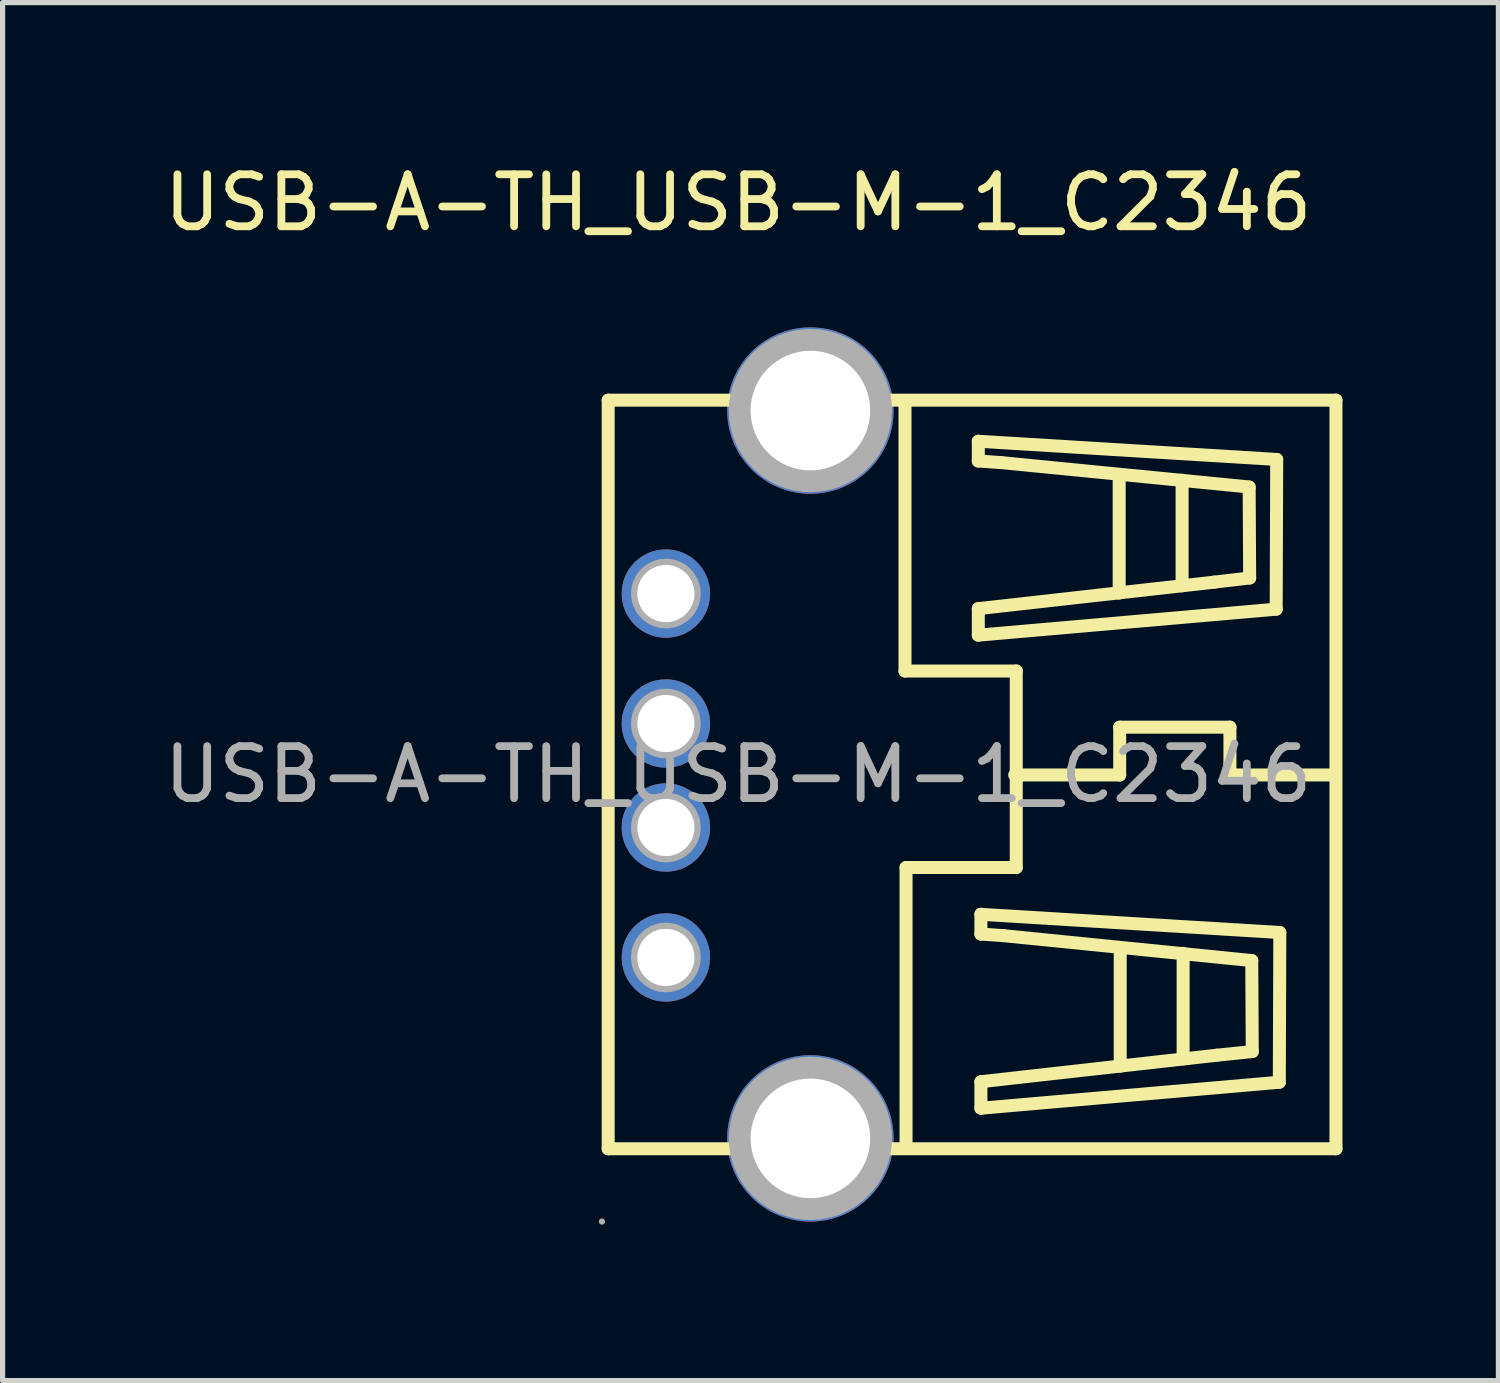
<source format=kicad_pcb>
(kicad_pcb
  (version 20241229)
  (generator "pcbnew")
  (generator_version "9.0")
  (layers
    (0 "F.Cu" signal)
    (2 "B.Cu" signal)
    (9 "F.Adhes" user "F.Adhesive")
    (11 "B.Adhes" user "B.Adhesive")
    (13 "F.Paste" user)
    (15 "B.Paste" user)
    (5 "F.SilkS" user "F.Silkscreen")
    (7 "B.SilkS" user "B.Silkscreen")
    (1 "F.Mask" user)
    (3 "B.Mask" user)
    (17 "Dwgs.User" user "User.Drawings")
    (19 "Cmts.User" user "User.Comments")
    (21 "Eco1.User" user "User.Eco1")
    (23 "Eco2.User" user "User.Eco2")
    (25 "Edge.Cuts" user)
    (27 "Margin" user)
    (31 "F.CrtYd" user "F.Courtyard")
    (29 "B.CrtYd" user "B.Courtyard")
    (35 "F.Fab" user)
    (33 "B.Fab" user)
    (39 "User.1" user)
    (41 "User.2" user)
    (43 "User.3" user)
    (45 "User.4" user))
  (footprint "USB-A-TH_USB-M-1_C2346"
    (layer "F.Cu")
    (at 11.149 11.848)
    (property "Reference" "USB-A-TH_USB-M-1_C2346" (at 0 -11 0) (layer "F.SilkS") (effects (font (size 1 1) (thickness 0.15))))
    (attr through_hole)
    (fp_line (start -2.5 7.2) (end -2.5 -7.2) (stroke (width 0.25) (type solid)) (layer "F.SilkS"))
    (fp_line (start 3.21 -7.19) (end 3.21 -1.99) (stroke (width 0.25) (type solid)) (layer "F.SilkS"))
    (fp_line (start 3.21 -1.99) (end 5.35 -1.99) (stroke (width 0.25) (type solid)) (layer "F.SilkS"))
    (fp_line (start 3.23 1.79) (end 3.23 7.19) (stroke (width 0.25) (type solid)) (layer "F.SilkS"))
    (fp_line (start 4.62 -6.41) (end 10.36 -6.06) (stroke (width 0.25) (type solid)) (layer "F.SilkS"))
    (fp_line (start 4.62 -6.03) (end 4.62 -6.41) (stroke (width 0.25) (type solid)) (layer "F.SilkS"))
    (fp_line (start 4.62 -3.19) (end 9.16 -3.7) (stroke (width 0.25) (type solid)) (layer "F.SilkS"))
    (fp_line (start 4.62 -2.68) (end 4.62 -3.19) (stroke (width 0.25) (type solid)) (layer "F.SilkS"))
    (fp_line (start 4.67 2.69) (end 10.42 3.04) (stroke (width 0.25) (type solid)) (layer "F.SilkS"))
    (fp_line (start 4.67 3.07) (end 4.67 2.69) (stroke (width 0.25) (type solid)) (layer "F.SilkS"))
    (fp_line (start 4.67 5.91) (end 9.21 5.4) (stroke (width 0.25) (type solid)) (layer "F.SilkS"))
    (fp_line (start 4.67 6.42) (end 4.67 5.91) (stroke (width 0.25) (type solid)) (layer "F.SilkS"))
    (fp_line (start 5.05 -6) (end 4.62 -6.03) (stroke (width 0.25) (type solid)) (layer "F.SilkS"))
    (fp_line (start 5.1 3.1) (end 4.67 3.07) (stroke (width 0.25) (type solid)) (layer "F.SilkS"))
    (fp_line (start 5.32 0.01) (end 7.34 0.01) (stroke (width 0.25) (type solid)) (layer "F.SilkS"))
    (fp_line (start 5.35 -1.99) (end 5.35 1.79) (stroke (width 0.25) (type solid)) (layer "F.SilkS"))
    (fp_line (start 5.35 1.79) (end 3.23 1.79) (stroke (width 0.25) (type solid)) (layer "F.SilkS"))
    (fp_line (start 7.33 -3.49) (end 7.33 -5.75) (stroke (width 0.25) (type solid)) (layer "F.SilkS"))
    (fp_line (start 7.34 -0.91) (end 9.46 -0.91) (stroke (width 0.25) (type solid)) (layer "F.SilkS"))
    (fp_line (start 7.34 0.01) (end 7.34 -0.91) (stroke (width 0.25) (type solid)) (layer "F.SilkS"))
    (fp_line (start 7.35 5.61) (end 7.35 3.35) (stroke (width 0.25) (type solid)) (layer "F.SilkS"))
    (fp_line (start 8.54 -3.63) (end 8.54 -5.66) (stroke (width 0.25) (type solid)) (layer "F.SilkS"))
    (fp_line (start 8.56 5.47) (end 8.56 3.44) (stroke (width 0.25) (type solid)) (layer "F.SilkS"))
    (fp_line (start 9.16 -3.7) (end 9.84 -3.78) (stroke (width 0.25) (type solid)) (layer "F.SilkS"))
    (fp_line (start 9.21 5.4) (end 9.89 5.33) (stroke (width 0.25) (type solid)) (layer "F.SilkS"))
    (fp_line (start 9.46 -0.91) (end 9.46 0.01) (stroke (width 0.25) (type solid)) (layer "F.SilkS"))
    (fp_line (start 9.46 0.01) (end 11.49 0.01) (stroke (width 0.25) (type solid)) (layer "F.SilkS"))
    (fp_line (start 9.83 -5.53) (end 5.05 -6) (stroke (width 0.25) (type solid)) (layer "F.SilkS"))
    (fp_line (start 9.84 -3.78) (end 9.83 -5.53) (stroke (width 0.25) (type solid)) (layer "F.SilkS"))
    (fp_line (start 9.88 3.58) (end 5.1 3.1) (stroke (width 0.25) (type solid)) (layer "F.SilkS"))
    (fp_line (start 9.89 5.33) (end 9.88 3.58) (stroke (width 0.25) (type solid)) (layer "F.SilkS"))
    (fp_line (start 10.35 -3.18) (end 4.62 -2.68) (stroke (width 0.25) (type solid)) (layer "F.SilkS"))
    (fp_line (start 10.36 -6.06) (end 10.35 -3.18) (stroke (width 0.25) (type solid)) (layer "F.SilkS"))
    (fp_line (start 10.41 5.92) (end 4.67 6.42) (stroke (width 0.25) (type solid)) (layer "F.SilkS"))
    (fp_line (start 10.42 3.04) (end 10.41 5.92) (stroke (width 0.25) (type solid)) (layer "F.SilkS"))
    (fp_line (start 11.5 -7.2) (end -2.5 -7.2) (stroke (width 0.25) (type solid)) (layer "F.SilkS"))
    (fp_line (start 11.5 7.2) (end -2.5 7.2) (stroke (width 0.25) (type solid)) (layer "F.SilkS"))
    (fp_line (start 11.5 7.2) (end 11.5 -7.2) (stroke (width 0.25) (type solid)) (layer "F.SilkS"))
    (fp_circle (center -2.62 8.6) (end -2.59 8.6) (stroke (width 0.06) (type solid)) (fill no) (layer "F.Fab"))
    (fp_circle (center -1.39 -3.48) (end -1.17 -3.48) (stroke (width 0.45) (type solid)) (fill no) (layer "F.Fab"))
    (fp_circle (center -1.39 -0.98) (end -1.17 -0.98) (stroke (width 0.45) (type solid)) (fill no) (layer "F.Fab"))
    (fp_circle (center -1.39 1.02) (end -1.17 1.02) (stroke (width 0.45) (type solid)) (fill no) (layer "F.Fab"))
    (fp_circle (center -1.39 3.52) (end -1.17 3.52) (stroke (width 0.45) (type solid)) (fill no) (layer "F.Fab"))
    (fp_circle (center 1.39 -7) (end 1.91 -7) (stroke (width 1.05) (type solid)) (fill no) (layer "F.Fab"))
    (fp_circle (center 1.39 7) (end 1.91 7) (stroke (width 1.05) (type solid)) (fill no) (layer "F.Fab"))
    (fp_text user "${REFERENCE}" (at 0 0 0) (layer "F.Fab") (effects (font (size 1 1) (thickness 0.15))))
    (pad "0" thru_hole circle (at 1.39 -7 180) (size 3.2 3.2) (drill 2.3) (layers "*.Cu" "*.Paste" "*.Mask"))
    (pad "0" thru_hole circle (at 1.39 7 180) (size 3.2 3.2) (drill 2.3) (layers "*.Cu" "*.Paste" "*.Mask"))
    (pad "1" thru_hole circle (at -1.39 3.52) (size 1.7 1.7) (drill 1.1) (layers "*.Cu" "*.Paste" "*.Mask"))
    (pad "2" thru_hole circle (at -1.39 1.02) (size 1.7 1.7) (drill 1.1) (layers "*.Cu" "*.Paste" "*.Mask"))
    (pad "3" thru_hole circle (at -1.39 -0.98) (size 1.7 1.7) (drill 1.1) (layers "*.Cu" "*.Paste" "*.Mask"))
    (pad "4" thru_hole circle (at -1.39 -3.48) (size 1.7 1.7) (drill 1.1) (layers "*.Cu" "*.Paste" "*.Mask")))
  (gr_rect
    (start -3 -3)
    (end 25.774 23.508)
    (stroke (width 0.1) (type default))
    (fill no)
    (layer "Edge.Cuts")))
</source>
